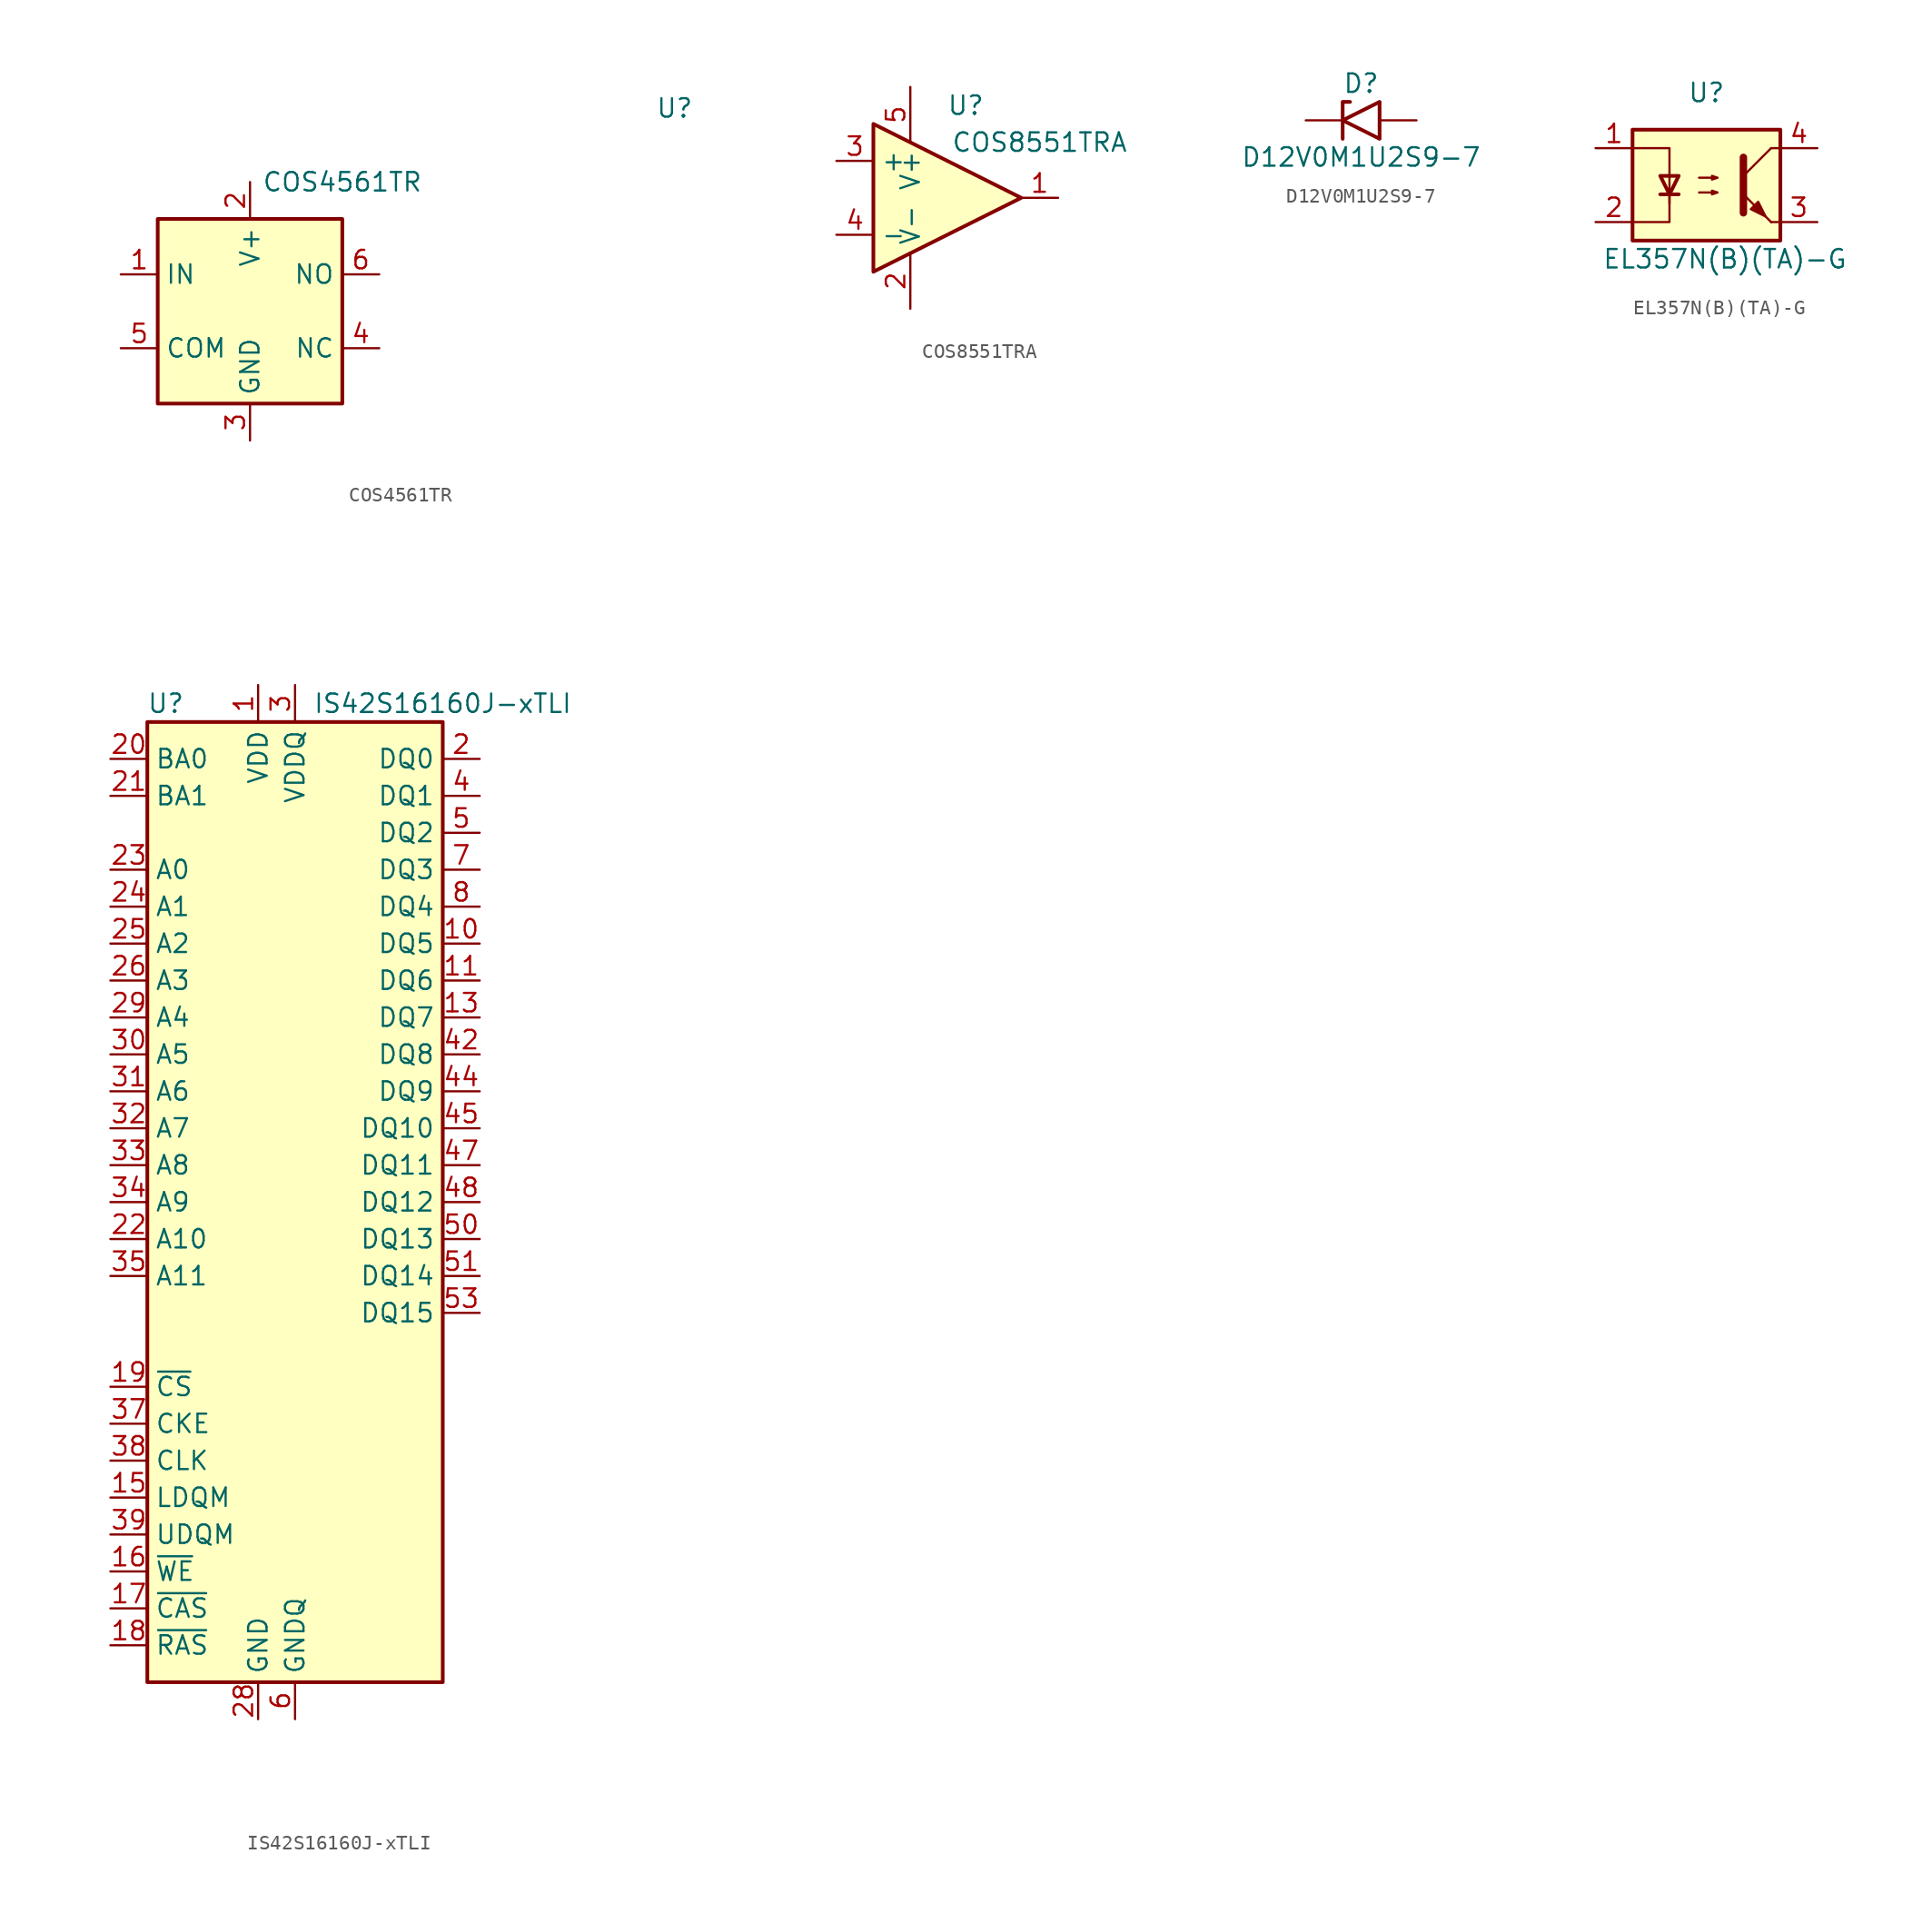
<source format=kicad_sym>
(kicad_symbol_lib
  (version 20220914)
  (generator kicad_symbol_editor)
  (symbol "COS4561TR"
    (property "Reference" "U"
      (at 29.21 13.97 0)
      (effects (font (size 1.27 1.27))))
    (property "Value" "COS4561TR"
      (at 6.35 8.89 0)
      (effects (font (size 1.27 1.27))))
    (symbol "COS4561TR_0_1"
      (rectangle (start -6.35 6.35) (end 6.35 -6.35) (stroke (width 0.254) (type default)) (fill (type background))))
    (symbol "COS4561TR_1_1"
      (pin input line (at -8.89 2.54 0) (length 2.54) (name "IN" (effects (font (size 1.27 1.27)))) (number "1" (effects (font (size 1.27 1.27)))))
      (pin power_in line (at 0 8.89 270) (length 2.54) (name "V+" (effects (font (size 1.27 1.27)))) (number "2" (effects (font (size 1.27 1.27)))))
      (pin power_in line (at 0 -8.89 90) (length 2.54) (name "GND" (effects (font (size 1.27 1.27)))) (number "3" (effects (font (size 1.27 1.27)))))
      (pin output line (at 8.89 -2.54 180) (length 2.54) (name "NC" (effects (font (size 1.27 1.27)))) (number "4" (effects (font (size 1.27 1.27)))))
      (pin input line (at -8.89 -2.54 0) (length 2.54) (name "COM" (effects (font (size 1.27 1.27)))) (number "5" (effects (font (size 1.27 1.27)))))
      (pin output line (at 8.89 2.54 180) (length 2.54) (name "NO" (effects (font (size 1.27 1.27)))) (number "6" (effects (font (size 1.27 1.27)))))))
  (symbol "COS8551TRA"
    (property "Reference" "U"
      (at 3.81 6.35 0)
      (effects (font (size 1.27 1.27))))
    (property "Value" "COS8551TRA"
      (at 8.89 3.81 0)
      (effects (font (size 1.27 1.27))))
    (symbol "COS8551TRA_0_1"
      (polyline (pts (xy -2.54 5.08) (xy 7.62 0) (xy -2.54 -5.08) (xy -2.54 5.08)) (stroke (width 0.254) (type default)) (fill (type background)))
      (pin power_in line (at 0 -7.62 90) (length 3.81) (name "V-" (effects (font (size 1.27 1.27)))) (number "2" (effects (font (size 1.27 1.27)))))
      (pin power_in line (at 0 7.62 270) (length 3.81) (name "V+" (effects (font (size 1.27 1.27)))) (number "5" (effects (font (size 1.27 1.27))))))
    (symbol "COS8551TRA_1_1"
      (pin output line (at 10.16 0 180) (length 2.54) (name "~" (effects (font (size 1.27 1.27)))) (number "1" (effects (font (size 1.27 1.27)))))
      (pin input line (at -5.08 2.54 0) (length 2.54) (name "+" (effects (font (size 1.27 1.27)))) (number "3" (effects (font (size 1.27 1.27)))))
      (pin input line (at -5.08 -2.54 0) (length 2.54) (name "-" (effects (font (size 1.27 1.27)))) (number "4" (effects (font (size 1.27 1.27)))))))
  (symbol "D12V0M1U2S9-7"
    (pin_numbers hide)
    (pin_names
      (offset 1.016) hide)
    (property "Reference" "D"
      (at 0 2.54 0)
      (effects (font (size 1.27 1.27))))
    (property "Value" "D12V0M1U2S9-7"
      (at 0 -2.54 0)
      (effects (font (size 1.27 1.27))))
    (symbol "D12V0M1U2S9-7_0_1"
      (polyline (pts (xy -0.762 1.27) (xy -1.27 1.27) (xy -1.27 -1.27)) (stroke (width 0.254) (type default)) (fill (type none)))
      (polyline (pts (xy 1.27 1.27) (xy 1.27 -1.27) (xy -1.27 0) (xy 1.27 1.27)) (stroke (width 0.254) (type default)) (fill (type none))))
    (symbol "D12V0M1U2S9-7_1_1"
      (pin passive line (at -3.81 0 0) (length 2.54) (name "A1" (effects (font (size 1.27 1.27)))) (number "1" (effects (font (size 1.27 1.27)))))
      (pin passive line (at 3.81 0 180) (length 2.54) (name "A2" (effects (font (size 1.27 1.27)))) (number "2" (effects (font (size 1.27 1.27)))))))
  (symbol "EL357N(B)(TA)-G"
    (property "Reference" "U"
      (at 0 5.08 0)
      (effects (font (size 1.27 1.27))))
    (property "Value" "EL357N(B)(TA)-G"
      (at 1.27 -6.35 0)
      (effects (font (size 1.27 1.27))))
    (symbol "EL357N(B)(TA)-G_1_1"
      (rectangle (start -5.08 2.54) (end 5.08 -5.08) (stroke (width 0.254) (type default)) (fill (type background)))
      (polyline (pts (xy -3.175 -1.905) (xy -1.905 -1.905)) (stroke (width 0.254) (type default)) (fill (type none)))
      (polyline (pts (xy 2.54 -0.635) (xy 4.445 1.27)) (stroke (width 0) (type default)) (fill (type none)))
      (polyline (pts (xy 4.445 -3.81) (xy 2.54 -1.905)) (stroke (width 0) (type default)) (fill (type outline)))
      (polyline (pts (xy 4.445 -3.81) (xy 5.08 -3.81)) (stroke (width 0) (type default)) (fill (type none)))
      (polyline (pts (xy 4.445 1.27) (xy 5.08 1.27)) (stroke (width 0) (type default)) (fill (type none)))
      (polyline (pts (xy -2.54 -1.905) (xy -2.54 -3.81) (xy -5.08 -3.81)) (stroke (width 0) (type default)) (fill (type none)))
      (polyline (pts (xy 2.54 0.635) (xy 2.54 -3.175) (xy 2.54 -3.175)) (stroke (width 0.508) (type default)) (fill (type none)))
      (polyline (pts (xy -5.08 1.27) (xy -2.54 1.27) (xy -2.54 -2.54) (xy -2.54 -0.635)) (stroke (width 0) (type default)) (fill (type none)))
      (polyline (pts (xy -2.54 -1.905) (xy -3.175 -0.635) (xy -1.905 -0.635) (xy -2.54 -1.905)) (stroke (width 0.254) (type default)) (fill (type none)))
      (polyline (pts (xy -0.508 -1.778) (xy 0.762 -1.778) (xy 0.381 -1.905) (xy 0.381 -1.651) (xy 0.762 -1.778)) (stroke (width 0) (type default)) (fill (type none)))
      (polyline (pts (xy -0.508 -0.762) (xy 0.762 -0.762) (xy 0.381 -0.889) (xy 0.381 -0.635) (xy 0.762 -0.762)) (stroke (width 0) (type default)) (fill (type none)))
      (polyline (pts (xy 3.048 -2.921) (xy 3.556 -2.413) (xy 4.064 -3.429) (xy 3.048 -2.921) (xy 3.048 -2.921)) (stroke (width 0) (type default)) (fill (type outline)))
      (pin passive line (at -7.62 1.27 0) (length 2.54) (name "~" (effects (font (size 1.27 1.27)))) (number "1" (effects (font (size 1.27 1.27)))))
      (pin passive line (at -7.62 -3.81 0) (length 2.54) (name "~" (effects (font (size 1.27 1.27)))) (number "2" (effects (font (size 1.27 1.27)))))
      (pin passive line (at 7.62 -3.81 180) (length 2.54) (name "~" (effects (font (size 1.27 1.27)))) (number "3" (effects (font (size 1.27 1.27)))))
      (pin passive line (at 7.62 1.27 180) (length 2.54) (name "~" (effects (font (size 1.27 1.27)))) (number "4" (effects (font (size 1.27 1.27)))))))
  (symbol "IS42S16160J-xTLI"
    (property "Reference" "U"
      (at -8.89 33.02 0)
      (effects (font (size 1.27 1.27))))
    (property "Value" "IS42S16160J-xTLI"
      (at 10.16 33.02 0)
      (effects (font (size 1.27 1.27))))
    (symbol "IS42S16160J-xTLI_1_1"
      (rectangle (start -10.16 31.75) (end 10.16 -34.29) (stroke (width 0.254) (type default)) (fill (type background)))
      (pin power_in line (at -2.54 34.29 270) (length 2.54) (name "VDD" (effects (font (size 1.27 1.27)))) (number "1" (effects (font (size 1.27 1.27)))))
      (pin bidirectional line (at 12.7 16.51 180) (length 2.54) (name "DQ5" (effects (font (size 1.27 1.27)))) (number "10" (effects (font (size 1.27 1.27)))))
      (pin bidirectional line (at 12.7 13.97 180) (length 2.54) (name "DQ6" (effects (font (size 1.27 1.27)))) (number "11" (effects (font (size 1.27 1.27)))))
      (pin passive line (at 0 -36.83 90) (length 2.54) hide (name "GNDQ" (effects (font (size 1.27 1.27)))) (number "12" (effects (font (size 1.27 1.27)))))
      (pin bidirectional line (at 12.7 11.43 180) (length 2.54) (name "DQ7" (effects (font (size 1.27 1.27)))) (number "13" (effects (font (size 1.27 1.27)))))
      (pin passive line (at -2.54 34.29 270) (length 2.54) hide (name "VDD" (effects (font (size 1.27 1.27)))) (number "14" (effects (font (size 1.27 1.27)))))
      (pin input line (at -12.7 -21.59 0) (length 2.54) (name "LDQM" (effects (font (size 1.27 1.27)))) (number "15" (effects (font (size 1.27 1.27)))))
      (pin input line (at -12.7 -26.67 0) (length 2.54) (name "~{WE}" (effects (font (size 1.27 1.27)))) (number "16" (effects (font (size 1.27 1.27)))))
      (pin input line (at -12.7 -29.21 0) (length 2.54) (name "~{CAS}" (effects (font (size 1.27 1.27)))) (number "17" (effects (font (size 1.27 1.27)))))
      (pin input line (at -12.7 -31.75 0) (length 2.54) (name "~{RAS}" (effects (font (size 1.27 1.27)))) (number "18" (effects (font (size 1.27 1.27)))))
      (pin input line (at -12.7 -13.97 0) (length 2.54) (name "~{CS}" (effects (font (size 1.27 1.27)))) (number "19" (effects (font (size 1.27 1.27)))))
      (pin bidirectional line (at 12.7 29.21 180) (length 2.54) (name "DQ0" (effects (font (size 1.27 1.27)))) (number "2" (effects (font (size 1.27 1.27)))))
      (pin input line (at -12.7 29.21 0) (length 2.54) (name "BA0" (effects (font (size 1.27 1.27)))) (number "20" (effects (font (size 1.27 1.27)))))
      (pin input line (at -12.7 26.67 0) (length 2.54) (name "BA1" (effects (font (size 1.27 1.27)))) (number "21" (effects (font (size 1.27 1.27)))))
      (pin input line (at -12.7 -3.81 0) (length 2.54) (name "A10" (effects (font (size 1.27 1.27)))) (number "22" (effects (font (size 1.27 1.27)))))
      (pin input line (at -12.7 21.59 0) (length 2.54) (name "A0" (effects (font (size 1.27 1.27)))) (number "23" (effects (font (size 1.27 1.27)))))
      (pin input line (at -12.7 19.05 0) (length 2.54) (name "A1" (effects (font (size 1.27 1.27)))) (number "24" (effects (font (size 1.27 1.27)))))
      (pin input line (at -12.7 16.51 0) (length 2.54) (name "A2" (effects (font (size 1.27 1.27)))) (number "25" (effects (font (size 1.27 1.27)))))
      (pin input line (at -12.7 13.97 0) (length 2.54) (name "A3" (effects (font (size 1.27 1.27)))) (number "26" (effects (font (size 1.27 1.27)))))
      (pin passive line (at -2.54 34.29 270) (length 2.54) hide (name "VDD" (effects (font (size 1.27 1.27)))) (number "27" (effects (font (size 1.27 1.27)))))
      (pin power_in line (at -2.54 -36.83 90) (length 2.54) (name "GND" (effects (font (size 1.27 1.27)))) (number "28" (effects (font (size 1.27 1.27)))))
      (pin input line (at -12.7 11.43 0) (length 2.54) (name "A4" (effects (font (size 1.27 1.27)))) (number "29" (effects (font (size 1.27 1.27)))))
      (pin power_in line (at 0 34.29 270) (length 2.54) (name "VDDQ" (effects (font (size 1.27 1.27)))) (number "3" (effects (font (size 1.27 1.27)))))
      (pin input line (at -12.7 8.89 0) (length 2.54) (name "A5" (effects (font (size 1.27 1.27)))) (number "30" (effects (font (size 1.27 1.27)))))
      (pin input line (at -12.7 6.35 0) (length 2.54) (name "A6" (effects (font (size 1.27 1.27)))) (number "31" (effects (font (size 1.27 1.27)))))
      (pin input line (at -12.7 3.81 0) (length 2.54) (name "A7" (effects (font (size 1.27 1.27)))) (number "32" (effects (font (size 1.27 1.27)))))
      (pin input line (at -12.7 1.27 0) (length 2.54) (name "A8" (effects (font (size 1.27 1.27)))) (number "33" (effects (font (size 1.27 1.27)))))
      (pin input line (at -12.7 -1.27 0) (length 2.54) (name "A9" (effects (font (size 1.27 1.27)))) (number "34" (effects (font (size 1.27 1.27)))))
      (pin input line (at -12.7 -6.35 0) (length 2.54) (name "A11" (effects (font (size 1.27 1.27)))) (number "35" (effects (font (size 1.27 1.27)))))
      (pin no_connect line (at 10.16 -19.05 180) (length 2.54) hide (name "NC" (effects (font (size 1.27 1.27)))) (number "36" (effects (font (size 1.27 1.27)))))
      (pin input line (at -12.7 -16.51 0) (length 2.54) (name "CKE" (effects (font (size 1.27 1.27)))) (number "37" (effects (font (size 1.27 1.27)))))
      (pin input line (at -12.7 -19.05 0) (length 2.54) (name "CLK" (effects (font (size 1.27 1.27)))) (number "38" (effects (font (size 1.27 1.27)))))
      (pin input line (at -12.7 -24.13 0) (length 2.54) (name "UDQM" (effects (font (size 1.27 1.27)))) (number "39" (effects (font (size 1.27 1.27)))))
      (pin bidirectional line (at 12.7 26.67 180) (length 2.54) (name "DQ1" (effects (font (size 1.27 1.27)))) (number "4" (effects (font (size 1.27 1.27)))))
      (pin no_connect line (at 10.16 -21.59 180) (length 2.54) hide (name "NC" (effects (font (size 1.27 1.27)))) (number "40" (effects (font (size 1.27 1.27)))))
      (pin passive line (at -2.54 -36.83 90) (length 2.54) hide (name "GND" (effects (font (size 1.27 1.27)))) (number "41" (effects (font (size 1.27 1.27)))))
      (pin bidirectional line (at 12.7 8.89 180) (length 2.54) (name "DQ8" (effects (font (size 1.27 1.27)))) (number "42" (effects (font (size 1.27 1.27)))))
      (pin passive line (at 0 34.29 270) (length 2.54) hide (name "VDDQ" (effects (font (size 1.27 1.27)))) (number "43" (effects (font (size 1.27 1.27)))))
      (pin bidirectional line (at 12.7 6.35 180) (length 2.54) (name "DQ9" (effects (font (size 1.27 1.27)))) (number "44" (effects (font (size 1.27 1.27)))))
      (pin bidirectional line (at 12.7 3.81 180) (length 2.54) (name "DQ10" (effects (font (size 1.27 1.27)))) (number "45" (effects (font (size 1.27 1.27)))))
      (pin passive line (at 0 -36.83 90) (length 2.54) hide (name "GNDQ" (effects (font (size 1.27 1.27)))) (number "46" (effects (font (size 1.27 1.27)))))
      (pin bidirectional line (at 12.7 1.27 180) (length 2.54) (name "DQ11" (effects (font (size 1.27 1.27)))) (number "47" (effects (font (size 1.27 1.27)))))
      (pin bidirectional line (at 12.7 -1.27 180) (length 2.54) (name "DQ12" (effects (font (size 1.27 1.27)))) (number "48" (effects (font (size 1.27 1.27)))))
      (pin passive line (at 0 34.29 270) (length 2.54) hide (name "VDDQ" (effects (font (size 1.27 1.27)))) (number "49" (effects (font (size 1.27 1.27)))))
      (pin bidirectional line (at 12.7 24.13 180) (length 2.54) (name "DQ2" (effects (font (size 1.27 1.27)))) (number "5" (effects (font (size 1.27 1.27)))))
      (pin bidirectional line (at 12.7 -3.81 180) (length 2.54) (name "DQ13" (effects (font (size 1.27 1.27)))) (number "50" (effects (font (size 1.27 1.27)))))
      (pin bidirectional line (at 12.7 -6.35 180) (length 2.54) (name "DQ14" (effects (font (size 1.27 1.27)))) (number "51" (effects (font (size 1.27 1.27)))))
      (pin passive line (at 0 -36.83 90) (length 2.54) hide (name "GNDQ" (effects (font (size 1.27 1.27)))) (number "52" (effects (font (size 1.27 1.27)))))
      (pin bidirectional line (at 12.7 -8.89 180) (length 2.54) (name "DQ15" (effects (font (size 1.27 1.27)))) (number "53" (effects (font (size 1.27 1.27)))))
      (pin passive line (at -2.54 -36.83 90) (length 2.54) hide (name "GND" (effects (font (size 1.27 1.27)))) (number "54" (effects (font (size 1.27 1.27)))))
      (pin power_in line (at 0 -36.83 90) (length 2.54) (name "GNDQ" (effects (font (size 1.27 1.27)))) (number "6" (effects (font (size 1.27 1.27)))))
      (pin bidirectional line (at 12.7 21.59 180) (length 2.54) (name "DQ3" (effects (font (size 1.27 1.27)))) (number "7" (effects (font (size 1.27 1.27)))))
      (pin bidirectional line (at 12.7 19.05 180) (length 2.54) (name "DQ4" (effects (font (size 1.27 1.27)))) (number "8" (effects (font (size 1.27 1.27)))))
      (pin passive line (at 0 34.29 270) (length 2.54) hide (name "VDDQ" (effects (font (size 1.27 1.27)))) (number "9" (effects (font (size 1.27 1.27))))))))
</source>
